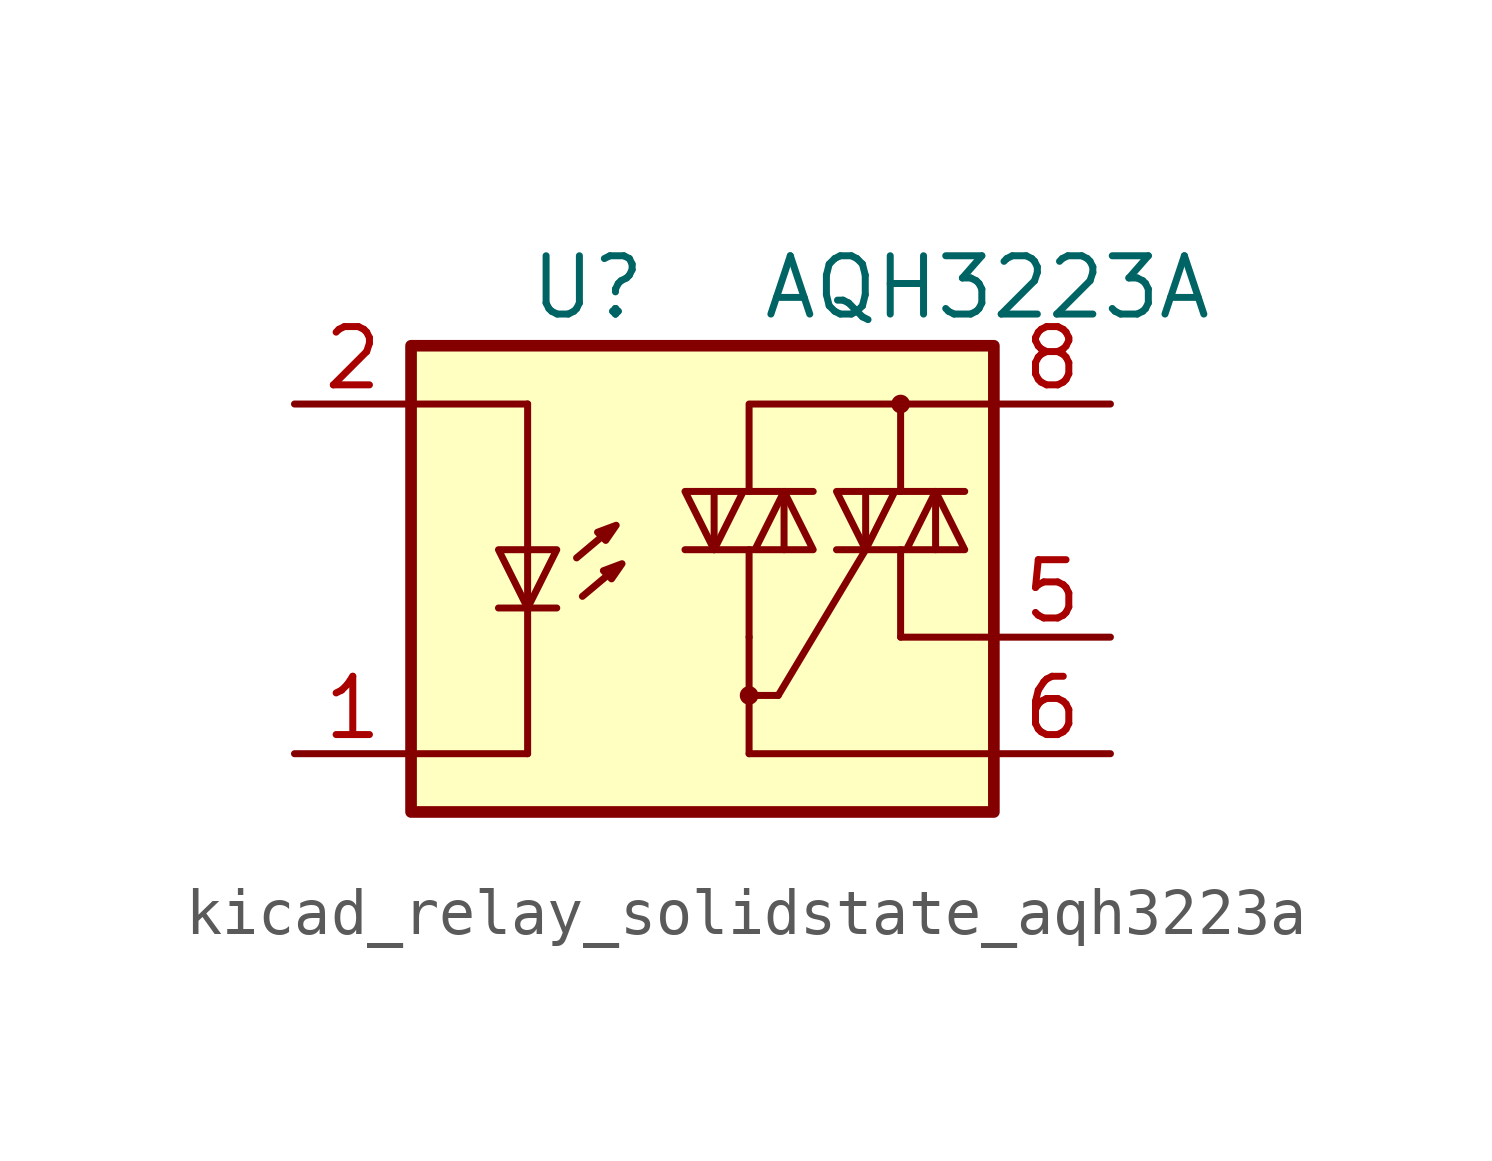
<source format=kicad_sym>
(kicad_symbol_lib
  (version 20220914)
  (generator kicad_symbol_editor)
  (symbol "kicad_relay_solidstate_aqh3223a"
    (property "Reference" "U"
      (at -5.08 5.08 0)
      (effects (font (size 1.27 1.27)) (justify left)))
    (property "Value" "AQH3223A"
      (at 0 5.08 0)
      (effects (font (size 1.27 1.27)) (justify left)))
    (symbol "kicad_relay_solidstate_aqh3223a_1_1"
      (rectangle (start -7.62 3.81) (end 5.08 -6.35) (stroke (width 0.254) (type default)) (fill (type background)))
      (circle (center -0.254 -3.81) (radius 0.127) (stroke (width 0) (type default)) (fill (type none)))
      (polyline (pts (xy -5.715 -1.905) (xy -4.445 -1.905)) (stroke (width 0) (type default)) (fill (type none)))
      (polyline (pts (xy -5.08 -5.08) (xy -7.62 -5.08)) (stroke (width 0) (type default)) (fill (type none)))
      (polyline (pts (xy -5.08 -1.905) (xy -5.08 -5.08)) (stroke (width 0) (type default)) (fill (type none)))
      (polyline (pts (xy -5.08 -0.635) (xy -5.08 -1.905)) (stroke (width 0) (type default)) (fill (type none)))
      (polyline (pts (xy -5.08 -0.635) (xy -5.08 2.54)) (stroke (width 0) (type default)) (fill (type none)))
      (polyline (pts (xy -5.08 2.54) (xy -7.493 2.54)) (stroke (width 0) (type default)) (fill (type none)))
      (polyline (pts (xy -3.378 -0.279) (xy -4.013 -0.813)) (stroke (width 0) (type default)) (fill (type none)))
      (polyline (pts (xy -3.251 -1.118) (xy -3.886 -1.651)) (stroke (width 0) (type default)) (fill (type none)))
      (polyline (pts (xy -1.016 -0.635) (xy -1.016 0.635)) (stroke (width 0) (type default)) (fill (type none)))
      (polyline (pts (xy -0.254 -3.81) (xy 0.381 -3.81)) (stroke (width 0) (type default)) (fill (type none)))
      (polyline (pts (xy -0.254 -2.54) (xy -0.254 -5.08)) (stroke (width 0) (type default)) (fill (type none)))
      (polyline (pts (xy -0.254 -2.54) (xy -0.254 -0.635)) (stroke (width 0) (type default)) (fill (type none)))
      (polyline (pts (xy 0.381 -3.81) (xy 2.286 -0.635)) (stroke (width 0) (type default)) (fill (type none)))
      (polyline (pts (xy 0.508 0.635) (xy 0.508 -0.635)) (stroke (width 0) (type default)) (fill (type none)))
      (polyline (pts (xy 2.286 -0.635) (xy 2.286 0.635)) (stroke (width 0) (type default)) (fill (type none)))
      (polyline (pts (xy 3.048 -2.54) (xy 5.08 -2.54)) (stroke (width 0) (type default)) (fill (type none)))
      (polyline (pts (xy 3.048 -0.635) (xy 3.048 -2.54)) (stroke (width 0) (type default)) (fill (type none)))
      (polyline (pts (xy 3.048 2.54) (xy 3.048 0.635)) (stroke (width 0) (type default)) (fill (type none)))
      (polyline (pts (xy 3.81 0.635) (xy 3.81 -0.635)) (stroke (width 0) (type default)) (fill (type none)))
      (polyline (pts (xy 5.08 -5.08) (xy -0.254 -5.08)) (stroke (width 0) (type default)) (fill (type none)))
      (polyline (pts (xy 5.08 2.54) (xy 3.048 2.54)) (stroke (width 0) (type default)) (fill (type none)))
      (polyline (pts (xy 3.048 2.54) (xy -0.254 2.54) (xy -0.254 0.635)) (stroke (width 0) (type default)) (fill (type none)))
      (polyline (pts (xy -5.08 -1.905) (xy -5.715 -0.635) (xy -4.445 -0.635) (xy -5.08 -1.905)) (stroke (width 0) (type default)) (fill (type none)))
      (polyline (pts (xy -3.556 -0.254) (xy -3.378 -0.432) (xy -3.15 -0.102) (xy -3.556 -0.254)) (stroke (width 0) (type default)) (fill (type none)))
      (polyline (pts (xy -3.429 -1.092) (xy -3.251 -1.27) (xy -3.023 -0.94) (xy -3.429 -1.092)) (stroke (width 0) (type default)) (fill (type none)))
      (polyline (pts (xy -1.651 -0.635) (xy 1.143 -0.635) (xy 0.508 0.635) (xy -0.127 -0.635)) (stroke (width 0) (type default)) (fill (type none)))
      (polyline (pts (xy 1.143 0.635) (xy -1.651 0.635) (xy -1.016 -0.635) (xy -0.381 0.635)) (stroke (width 0) (type default)) (fill (type none)))
      (polyline (pts (xy 1.651 -0.635) (xy 4.445 -0.635) (xy 3.81 0.635) (xy 3.175 -0.635)) (stroke (width 0) (type default)) (fill (type none)))
      (polyline (pts (xy 4.445 0.635) (xy 1.651 0.635) (xy 2.286 -0.635) (xy 2.921 0.635)) (stroke (width 0) (type default)) (fill (type none)))
      (circle (center 3.048 2.54) (radius 0.127) (stroke (width 0) (type default)) (fill (type none)))
      (pin passive line (at -10.16 -5.08 0) (length 2.54) (name "~" (effects (font (size 1.27 1.27)))) (number "1" (effects (font (size 1.27 1.27)))))
      (pin passive line (at -10.16 2.54 0) (length 2.54) (name "~" (effects (font (size 1.27 1.27)))) (number "2" (effects (font (size 1.27 1.27)))))
      (pin passive line (at -10.16 -5.08 0) (length 2.54) hide (name "~" (effects (font (size 1.27 1.27)))) (number "3" (effects (font (size 1.27 1.27)))))
      (pin passive line (at -10.16 -5.08 0) (length 2.54) hide (name "~" (effects (font (size 1.27 1.27)))) (number "4" (effects (font (size 1.27 1.27)))))
      (pin passive line (at 7.62 -2.54 180) (length 2.54) (name "~" (effects (font (size 1.27 1.27)))) (number "5" (effects (font (size 1.27 1.27)))))
      (pin passive line (at 7.62 -5.08 180) (length 2.54) (name "~" (effects (font (size 1.27 1.27)))) (number "6" (effects (font (size 1.27 1.27)))))
      (pin passive line (at 7.62 2.54 180) (length 2.54) (name "~" (effects (font (size 1.27 1.27)))) (number "8" (effects (font (size 1.27 1.27))))))))
</source>
